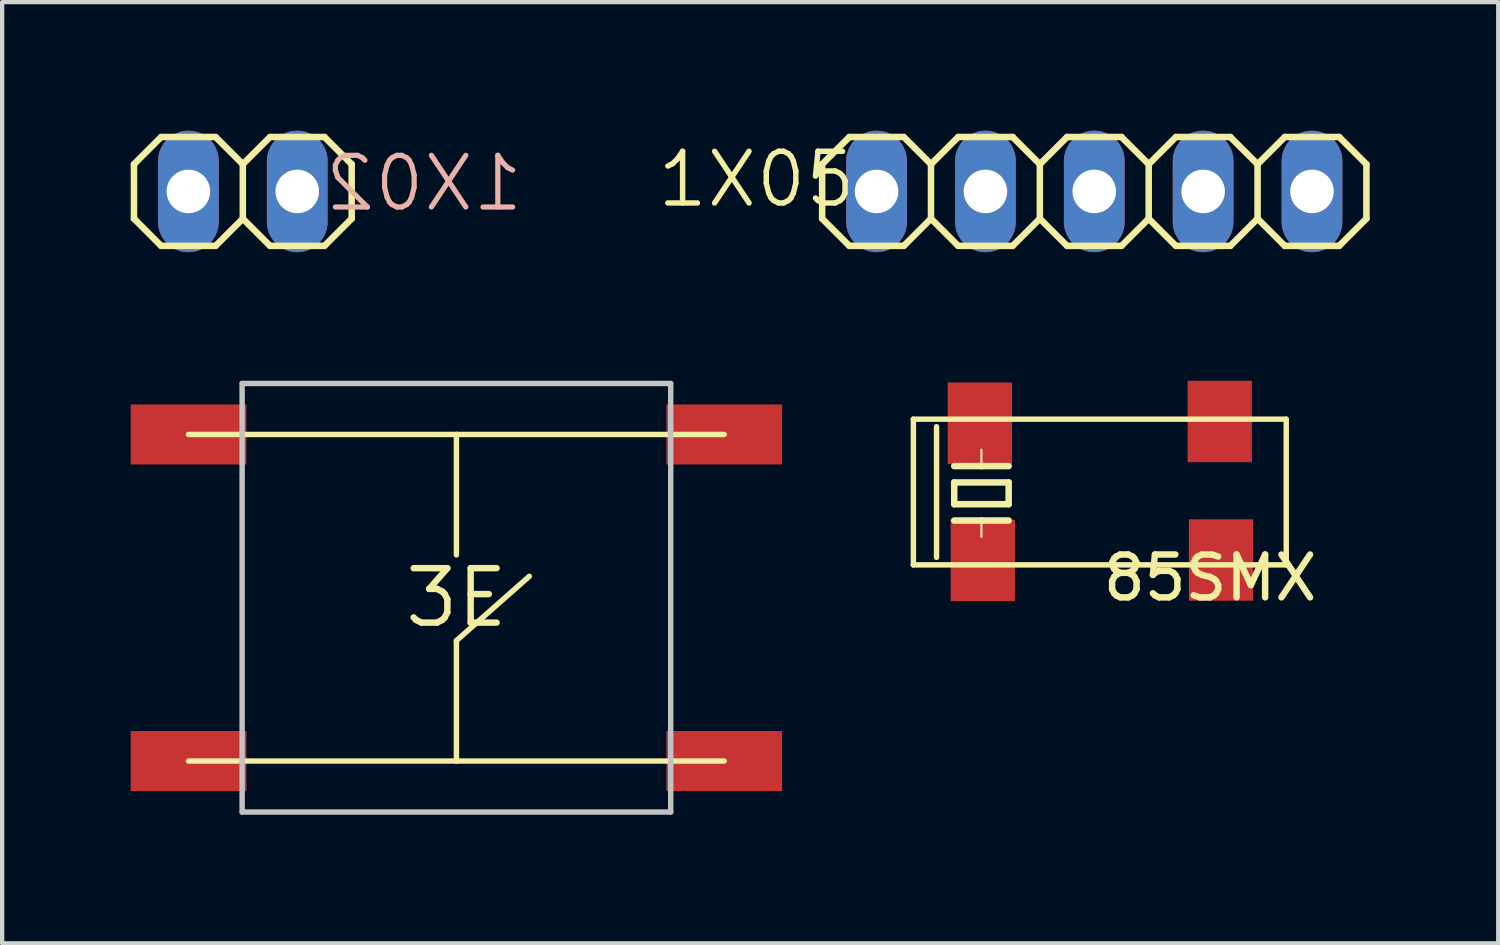
<source format=kicad_pcb>
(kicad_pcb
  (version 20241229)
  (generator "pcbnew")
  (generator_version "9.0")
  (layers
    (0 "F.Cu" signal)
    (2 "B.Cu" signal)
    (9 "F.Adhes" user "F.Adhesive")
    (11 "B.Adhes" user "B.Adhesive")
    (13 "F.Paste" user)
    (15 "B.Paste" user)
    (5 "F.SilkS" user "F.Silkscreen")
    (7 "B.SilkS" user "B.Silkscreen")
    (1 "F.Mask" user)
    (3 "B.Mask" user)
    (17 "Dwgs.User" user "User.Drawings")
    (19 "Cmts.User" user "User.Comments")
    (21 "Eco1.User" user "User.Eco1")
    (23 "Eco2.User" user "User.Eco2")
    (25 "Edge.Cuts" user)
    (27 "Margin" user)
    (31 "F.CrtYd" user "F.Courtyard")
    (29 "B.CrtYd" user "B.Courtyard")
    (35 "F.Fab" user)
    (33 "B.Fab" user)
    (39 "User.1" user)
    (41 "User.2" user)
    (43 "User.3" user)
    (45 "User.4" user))
  (footprint "3E"
    (layer "F.Cu")
    (at 7.6 10.898)
    (property "Reference" "3E" (at 0 0 0) (layer "F.SilkS") (effects (font (size 1.27 1.27) (thickness 0.15))))
    (attr through_hole)
    (fp_line (start -6.25 -3.81) (end 0 -3.81) (stroke (width 0.127) (type solid)) (layer "F.SilkS"))
    (fp_line (start -6.25 3.81) (end 0 3.81) (stroke (width 0.127) (type solid)) (layer "F.SilkS"))
    (fp_line (start 0 -3.81) (end 6.25 -3.81) (stroke (width 0.127) (type solid)) (layer "F.SilkS"))
    (fp_line (start 0 -1) (end 0 -3.81) (stroke (width 0.127) (type solid)) (layer "F.SilkS"))
    (fp_line (start 0 1) (end 1.7 -0.5) (stroke (width 0.127) (type solid)) (layer "F.SilkS"))
    (fp_line (start 0 3.81) (end 0 1) (stroke (width 0.127) (type solid)) (layer "F.SilkS"))
    (fp_line (start 0 3.81) (end 6.25 3.81) (stroke (width 0.127) (type solid)) (layer "F.SilkS"))
    (fp_line (start -5 -5) (end -5 5) (stroke (width 0.127) (type solid)) (layer "Dwgs.User"))
    (fp_line (start -5 5) (end 5 5) (stroke (width 0.127) (type solid)) (layer "Dwgs.User"))
    (fp_line (start 5 -5) (end -5 -5) (stroke (width 0.127) (type solid)) (layer "Dwgs.User"))
    (fp_line (start 5 5) (end 5 -5) (stroke (width 0.127) (type solid)) (layer "Dwgs.User"))
    (pad "1" smd rect (at 6.25 -3.81) (size 2.7 1.4) (layers "F.Cu" "F.Mask" "F.Paste"))
    (pad "2" smd rect (at -6.25 -3.81) (size 2.7 1.4) (layers "F.Cu" "F.Mask" "F.Paste"))
    (pad "3" smd rect (at 6.25 3.81) (size 2.7 1.4) (layers "F.Cu" "F.Mask" "F.Paste"))
    (pad "4" smd rect (at -6.25 3.81) (size 2.7 1.4) (layers "F.Cu" "F.Mask" "F.Paste")))
  (footprint "1X02"
    (layer "F.Cu")
    (at 2.616 1.417)
    (property "Reference" "1X02" (at 6.604 0.517 180) (layer "B.SilkS") (effects (font (size 1.206 1.206) (thickness 0.121)) (justify left bottom mirror)))
    (attr through_hole)
    (fp_line (start -2.54 -0.635) (end -2.54 0.635) (stroke (width 0.152) (type solid)) (layer "F.SilkS"))
    (fp_line (start -2.54 0.635) (end -1.905 1.27) (stroke (width 0.152) (type solid)) (layer "F.SilkS"))
    (fp_line (start -1.905 -1.27) (end -2.54 -0.635) (stroke (width 0.152) (type solid)) (layer "F.SilkS"))
    (fp_line (start -1.905 -1.27) (end -0.635 -1.27) (stroke (width 0.152) (type solid)) (layer "F.SilkS"))
    (fp_line (start -0.635 -1.27) (end 0 -0.635) (stroke (width 0.152) (type solid)) (layer "F.SilkS"))
    (fp_line (start -0.635 1.27) (end -1.905 1.27) (stroke (width 0.152) (type solid)) (layer "F.SilkS"))
    (fp_line (start 0 -0.635) (end 0 0.635) (stroke (width 0.152) (type solid)) (layer "F.SilkS"))
    (fp_line (start 0 -0.635) (end 0.635 -1.27) (stroke (width 0.152) (type solid)) (layer "F.SilkS"))
    (fp_line (start 0 0.635) (end -0.635 1.27) (stroke (width 0.152) (type solid)) (layer "F.SilkS"))
    (fp_line (start 0.635 -1.27) (end 1.905 -1.27) (stroke (width 0.152) (type solid)) (layer "F.SilkS"))
    (fp_line (start 0.635 1.27) (end 0 0.635) (stroke (width 0.152) (type solid)) (layer "F.SilkS"))
    (fp_line (start 1.905 -1.27) (end 2.54 -0.635) (stroke (width 0.152) (type solid)) (layer "F.SilkS"))
    (fp_line (start 1.905 1.27) (end 0.635 1.27) (stroke (width 0.152) (type solid)) (layer "F.SilkS"))
    (fp_line (start 2.54 -0.635) (end 2.54 0.635) (stroke (width 0.152) (type solid)) (layer "F.SilkS"))
    (fp_line (start 2.54 0.635) (end 1.905 1.27) (stroke (width 0.152) (type solid)) (layer "F.SilkS"))
    (fp_poly (pts (xy -1.524 0.254) (xy -1.016 0.254) (xy -1.016 -0.254) (xy -1.524 -0.254)) (stroke (width 0.1) (type solid)) (fill no) (layer "F.Fab"))
    (fp_poly (pts (xy 1.016 0.254) (xy 1.524 0.254) (xy 1.524 -0.254) (xy 1.016 -0.254)) (stroke (width 0.1) (type solid)) (fill no) (layer "F.Fab"))
    (pad "1" thru_hole oval (at -1.27 0 90) (size 2.835 1.417) (drill 1.016) (layers "*.Cu" "*.Mask"))
    (pad "2" thru_hole oval (at 1.27 0 90) (size 2.835 1.417) (drill 1.016) (layers "*.Cu" "*.Mask")))
  (footprint "1X05"
    (layer "F.Cu")
    (at 22.484 1.417)
    (property "Reference" "1X05" (at -10.264 0.423 0) (layer "F.SilkS") (effects (font (size 1.206 1.206) (thickness 0.127)) (justify left bottom)))
    (attr through_hole)
    (fp_line (start -6.35 -0.635) (end -6.35 0.635) (stroke (width 0.152) (type solid)) (layer "F.SilkS"))
    (fp_line (start -6.35 0.635) (end -5.715 1.27) (stroke (width 0.152) (type solid)) (layer "F.SilkS"))
    (fp_line (start -5.715 -1.27) (end -6.35 -0.635) (stroke (width 0.152) (type solid)) (layer "F.SilkS"))
    (fp_line (start -5.715 -1.27) (end -4.445 -1.27) (stroke (width 0.152) (type solid)) (layer "F.SilkS"))
    (fp_line (start -4.445 -1.27) (end -3.81 -0.635) (stroke (width 0.152) (type solid)) (layer "F.SilkS"))
    (fp_line (start -4.445 1.27) (end -5.715 1.27) (stroke (width 0.152) (type solid)) (layer "F.SilkS"))
    (fp_line (start -3.81 -0.635) (end -3.81 0.635) (stroke (width 0.152) (type solid)) (layer "F.SilkS"))
    (fp_line (start -3.81 -0.635) (end -3.175 -1.27) (stroke (width 0.152) (type solid)) (layer "F.SilkS"))
    (fp_line (start -3.81 0.635) (end -4.445 1.27) (stroke (width 0.152) (type solid)) (layer "F.SilkS"))
    (fp_line (start -3.175 -1.27) (end -1.905 -1.27) (stroke (width 0.152) (type solid)) (layer "F.SilkS"))
    (fp_line (start -3.175 1.27) (end -3.81 0.635) (stroke (width 0.152) (type solid)) (layer "F.SilkS"))
    (fp_line (start -1.905 -1.27) (end -1.27 -0.635) (stroke (width 0.152) (type solid)) (layer "F.SilkS"))
    (fp_line (start -1.905 1.27) (end -3.175 1.27) (stroke (width 0.152) (type solid)) (layer "F.SilkS"))
    (fp_line (start -1.27 -0.635) (end -1.27 0.635) (stroke (width 0.152) (type solid)) (layer "F.SilkS"))
    (fp_line (start -1.27 -0.635) (end -0.635 -1.27) (stroke (width 0.152) (type solid)) (layer "F.SilkS"))
    (fp_line (start -1.27 0.635) (end -1.905 1.27) (stroke (width 0.152) (type solid)) (layer "F.SilkS"))
    (fp_line (start -0.635 -1.27) (end 0.635 -1.27) (stroke (width 0.152) (type solid)) (layer "F.SilkS"))
    (fp_line (start -0.635 1.27) (end -1.27 0.635) (stroke (width 0.152) (type solid)) (layer "F.SilkS"))
    (fp_line (start 0.635 -1.27) (end 1.27 -0.635) (stroke (width 0.152) (type solid)) (layer "F.SilkS"))
    (fp_line (start 0.635 1.27) (end -0.635 1.27) (stroke (width 0.152) (type solid)) (layer "F.SilkS"))
    (fp_line (start 1.27 -0.635) (end 1.27 0.635) (stroke (width 0.152) (type solid)) (layer "F.SilkS"))
    (fp_line (start 1.27 0.635) (end 0.635 1.27) (stroke (width 0.152) (type solid)) (layer "F.SilkS"))
    (fp_line (start 1.27 0.635) (end 1.905 1.27) (stroke (width 0.152) (type solid)) (layer "F.SilkS"))
    (fp_line (start 1.905 -1.27) (end 1.27 -0.635) (stroke (width 0.152) (type solid)) (layer "F.SilkS"))
    (fp_line (start 1.905 -1.27) (end 3.175 -1.27) (stroke (width 0.152) (type solid)) (layer "F.SilkS"))
    (fp_line (start 3.175 -1.27) (end 3.81 -0.635) (stroke (width 0.152) (type solid)) (layer "F.SilkS"))
    (fp_line (start 3.175 1.27) (end 1.905 1.27) (stroke (width 0.152) (type solid)) (layer "F.SilkS"))
    (fp_line (start 3.81 -0.635) (end 3.81 0.635) (stroke (width 0.152) (type solid)) (layer "F.SilkS"))
    (fp_line (start 3.81 0.635) (end 3.175 1.27) (stroke (width 0.152) (type solid)) (layer "F.SilkS"))
    (fp_line (start 3.81 0.635) (end 4.445 1.27) (stroke (width 0.152) (type solid)) (layer "F.SilkS"))
    (fp_line (start 4.445 -1.27) (end 3.81 -0.635) (stroke (width 0.152) (type solid)) (layer "F.SilkS"))
    (fp_line (start 4.445 -1.27) (end 5.715 -1.27) (stroke (width 0.152) (type solid)) (layer "F.SilkS"))
    (fp_line (start 5.715 -1.27) (end 6.35 -0.635) (stroke (width 0.152) (type solid)) (layer "F.SilkS"))
    (fp_line (start 5.715 1.27) (end 4.445 1.27) (stroke (width 0.152) (type solid)) (layer "F.SilkS"))
    (fp_line (start 6.35 -0.635) (end 6.35 0.635) (stroke (width 0.152) (type solid)) (layer "F.SilkS"))
    (fp_line (start 6.35 0.635) (end 5.715 1.27) (stroke (width 0.152) (type solid)) (layer "F.SilkS"))
    (fp_poly (pts (xy -5.334 0.254) (xy -4.826 0.254) (xy -4.826 -0.254) (xy -5.334 -0.254)) (stroke (width 0.1) (type solid)) (fill no) (layer "F.Fab"))
    (fp_poly (pts (xy -2.794 0.254) (xy -2.286 0.254) (xy -2.286 -0.254) (xy -2.794 -0.254)) (stroke (width 0.1) (type solid)) (fill no) (layer "F.Fab"))
    (fp_poly (pts (xy -0.254 0.254) (xy 0.254 0.254) (xy 0.254 -0.254) (xy -0.254 -0.254)) (stroke (width 0.1) (type solid)) (fill no) (layer "F.Fab"))
    (fp_poly (pts (xy 2.286 0.254) (xy 2.794 0.254) (xy 2.794 -0.254) (xy 2.286 -0.254)) (stroke (width 0.1) (type solid)) (fill no) (layer "F.Fab"))
    (fp_poly (pts (xy 4.826 0.254) (xy 5.334 0.254) (xy 5.334 -0.254) (xy 4.826 -0.254)) (stroke (width 0.1) (type solid)) (fill no) (layer "F.Fab"))
    (pad "1" thru_hole oval (at -5.08 0 90) (size 2.835 1.417) (drill 1.016) (layers "*.Cu" "*.Mask"))
    (pad "2" thru_hole oval (at -2.54 0 90) (size 2.835 1.417) (drill 1.016) (layers "*.Cu" "*.Mask"))
    (pad "3" thru_hole oval (at 0 0 90) (size 2.835 1.417) (drill 1.016) (layers "*.Cu" "*.Mask"))
    (pad "4" thru_hole oval (at 2.54 0 90) (size 2.835 1.417) (drill 1.016) (layers "*.Cu" "*.Mask"))
    (pad "5" thru_hole oval (at 5.08 0 90) (size 2.835 1.417) (drill 1.016) (layers "*.Cu" "*.Mask")))
  (footprint "85SMX"
    (layer "F.Cu")
    (at 22.613 8.431)
    (property "Reference" "85SMX" (at 5.147 1.418 0) (layer "F.SilkS") (effects (font (size 1 1) (thickness 0.15)) (justify right top)))
    (attr through_hole)
    (fp_line (start -4.35 -1.7) (end -4.35 1.7) (stroke (width 0.127) (type solid)) (layer "F.SilkS"))
    (fp_line (start -4.35 -1.7) (end 4.35 -1.7) (stroke (width 0.127) (type solid)) (layer "F.SilkS"))
    (fp_line (start -4.35 1.7) (end 4.35 1.7) (stroke (width 0.127) (type solid)) (layer "F.SilkS"))
    (fp_line (start -3.81 -1.524) (end -3.81 1.524) (stroke (width 0.127) (type solid)) (layer "F.SilkS"))
    (fp_line (start -3.397 -0.605) (end -2.762 -0.605) (stroke (width 0.152) (type solid)) (layer "F.SilkS"))
    (fp_line (start -3.397 -0.224) (end -3.397 0.284) (stroke (width 0.152) (type solid)) (layer "F.SilkS"))
    (fp_line (start -3.397 0.284) (end -2.127 0.284) (stroke (width 0.152) (type solid)) (layer "F.SilkS"))
    (fp_line (start -3.397 0.665) (end -2.762 0.665) (stroke (width 0.152) (type solid)) (layer "F.SilkS"))
    (fp_line (start -2.762 -0.605) (end -2.762 -0.986) (stroke (width 0.051) (type solid)) (layer "F.SilkS"))
    (fp_line (start -2.762 -0.605) (end -2.127 -0.605) (stroke (width 0.152) (type solid)) (layer "F.SilkS"))
    (fp_line (start -2.762 0.665) (end -2.762 1.046) (stroke (width 0.051) (type solid)) (layer "F.SilkS"))
    (fp_line (start -2.762 0.665) (end -2.127 0.665) (stroke (width 0.152) (type solid)) (layer "F.SilkS"))
    (fp_line (start -2.127 -0.224) (end -3.397 -0.224) (stroke (width 0.152) (type solid)) (layer "F.SilkS"))
    (fp_line (start -2.127 0.284) (end -2.127 -0.224) (stroke (width 0.152) (type solid)) (layer "F.SilkS"))
    (fp_line (start 4.35 -1.7) (end 4.35 1.7) (stroke (width 0.127) (type solid)) (layer "F.SilkS"))
    (pad "1" smd rect (at -2.73 1.596) (size 1.5 1.9) (layers "F.Cu" "F.Mask" "F.Paste"))
    (pad "2" smd rect (at 2.828 1.586) (size 1.5 1.9) (layers "F.Cu" "F.Mask" "F.Paste"))
    (pad "3" smd rect (at 2.798 -1.646) (size 1.5 1.9) (layers "F.Cu" "F.Mask" "F.Paste"))
    (pad "4" smd rect (at -2.8 -1.606) (size 1.5 1.9) (layers "F.Cu" "F.Mask" "F.Paste")))
  (gr_rect
    (start -3 -3)
    (end 31.91 18.962)
    (stroke (width 0.1) (type default))
    (fill no)
    (layer "Edge.Cuts")))
</source>
